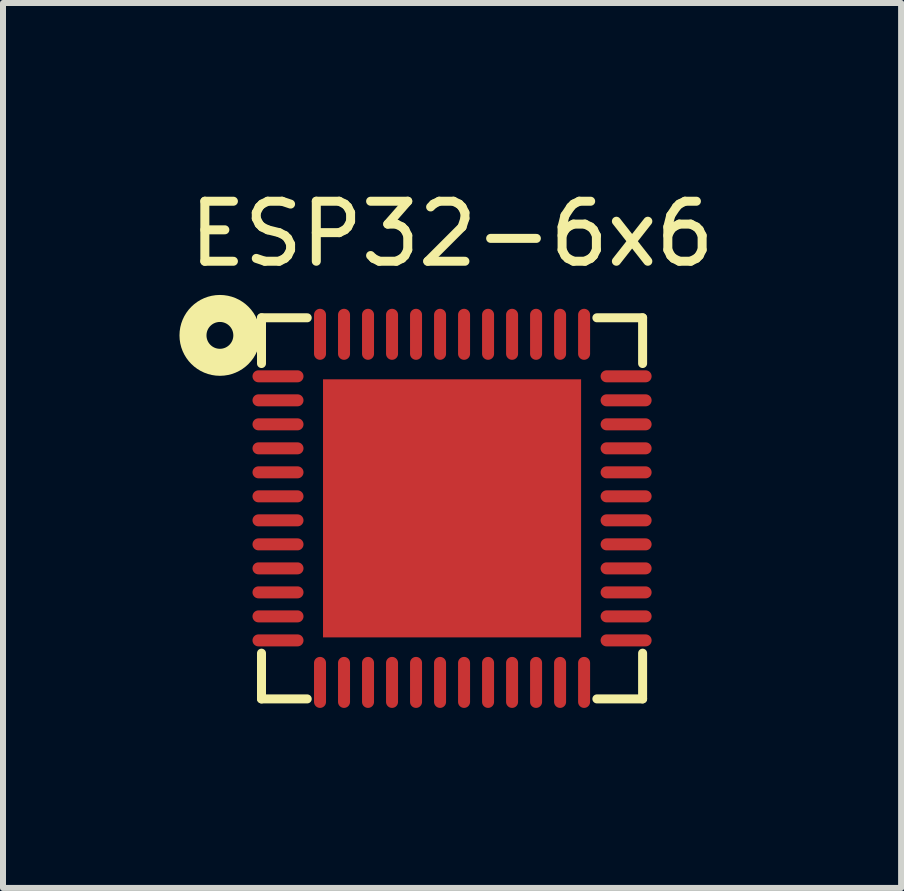
<source format=kicad_pcb>
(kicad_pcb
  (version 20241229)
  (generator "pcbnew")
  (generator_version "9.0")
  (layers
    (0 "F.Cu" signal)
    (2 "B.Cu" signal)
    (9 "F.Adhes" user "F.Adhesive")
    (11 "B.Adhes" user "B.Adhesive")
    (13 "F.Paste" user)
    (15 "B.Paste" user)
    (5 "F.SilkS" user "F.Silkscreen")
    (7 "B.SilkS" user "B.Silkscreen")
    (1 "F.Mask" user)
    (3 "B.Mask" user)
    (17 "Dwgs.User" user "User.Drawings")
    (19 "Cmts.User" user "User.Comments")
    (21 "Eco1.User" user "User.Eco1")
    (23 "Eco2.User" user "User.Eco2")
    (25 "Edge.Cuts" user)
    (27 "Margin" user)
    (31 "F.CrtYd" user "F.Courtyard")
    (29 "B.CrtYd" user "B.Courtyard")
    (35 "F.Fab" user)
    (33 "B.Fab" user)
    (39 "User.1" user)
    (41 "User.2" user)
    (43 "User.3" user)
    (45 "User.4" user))
  (footprint "ESP32-6x6"
    (layer "F.Cu")
    (at 4.464 5.438)
    (property "Reference" "ESP32-6x6" (at 0.018 -4.59 0) (layer "F.SilkS") (effects (font (size 1 1) (thickness 0.15))))
    (attr through_hole)
    (fp_line (start -3.157 -3.193) (end -3.157 -2.431) (stroke (width 0.15) (type solid)) (layer "F.SilkS"))
    (fp_line (start -3.157 2.395) (end -3.157 3.157) (stroke (width 0.15) (type solid)) (layer "F.SilkS"))
    (fp_line (start -3.157 3.157) (end -2.395 3.157) (stroke (width 0.15) (type solid)) (layer "F.SilkS"))
    (fp_line (start -2.395 -3.193) (end -3.157 -3.193) (stroke (width 0.15) (type solid)) (layer "F.SilkS"))
    (fp_line (start 2.431 -3.193) (end 3.193 -3.193) (stroke (width 0.15) (type solid)) (layer "F.SilkS"))
    (fp_line (start 3.193 -3.193) (end 3.193 -2.431) (stroke (width 0.15) (type solid)) (layer "F.SilkS"))
    (fp_line (start 3.193 2.395) (end 3.193 3.157) (stroke (width 0.15) (type solid)) (layer "F.SilkS"))
    (fp_line (start 3.193 3.157) (end 2.431 3.157) (stroke (width 0.15) (type solid)) (layer "F.SilkS"))
    (fp_circle (center -3.85 -2.9) (end -3.95 -3.1) (stroke (width 0.45) (type solid)) (fill no) (layer "F.SilkS"))
    (pad "1" smd oval (at -2.882 -2.218) (size 0.85 0.2) (layers "F.Cu" "F.Mask" "F.Paste"))
    (pad "2" smd oval (at -2.882 -1.818) (size 0.85 0.2) (layers "F.Cu" "F.Mask" "F.Paste"))
    (pad "3" smd oval (at -2.882 -1.418) (size 0.85 0.2) (layers "F.Cu" "F.Mask" "F.Paste"))
    (pad "4" smd oval (at -2.882 -1.018) (size 0.85 0.2) (layers "F.Cu" "F.Mask" "F.Paste"))
    (pad "5" smd oval (at -2.882 -0.618) (size 0.85 0.2) (layers "F.Cu" "F.Mask" "F.Paste"))
    (pad "6" smd oval (at -2.882 -0.218) (size 0.85 0.2) (layers "F.Cu" "F.Mask" "F.Paste"))
    (pad "7" smd oval (at -2.882 0.182) (size 0.85 0.2) (layers "F.Cu" "F.Mask" "F.Paste"))
    (pad "8" smd oval (at -2.882 0.582) (size 0.85 0.2) (layers "F.Cu" "F.Mask" "F.Paste"))
    (pad "9" smd oval (at -2.882 0.982) (size 0.85 0.2) (layers "F.Cu" "F.Mask" "F.Paste"))
    (pad "10" smd oval (at -2.882 1.382) (size 0.85 0.2) (layers "F.Cu" "F.Mask" "F.Paste"))
    (pad "11" smd oval (at -2.882 1.782) (size 0.85 0.2) (layers "F.Cu" "F.Mask" "F.Paste"))
    (pad "12" smd oval (at -2.882 2.182) (size 0.85 0.2) (layers "F.Cu" "F.Mask" "F.Paste"))
    (pad "13" smd oval (at -2.182 2.882) (size 0.2 0.85) (layers "F.Cu" "F.Mask" "F.Paste"))
    (pad "14" smd oval (at -1.782 2.882) (size 0.2 0.85) (layers "F.Cu" "F.Mask" "F.Paste"))
    (pad "15" smd oval (at -1.382 2.882) (size 0.2 0.85) (layers "F.Cu" "F.Mask" "F.Paste"))
    (pad "16" smd oval (at -0.982 2.882) (size 0.2 0.85) (layers "F.Cu" "F.Mask" "F.Paste"))
    (pad "17" smd oval (at -0.582 2.882) (size 0.2 0.85) (layers "F.Cu" "F.Mask" "F.Paste"))
    (pad "18" smd oval (at -0.182 2.882) (size 0.2 0.85) (layers "F.Cu" "F.Mask" "F.Paste"))
    (pad "19" smd oval (at 0.218 2.882) (size 0.2 0.85) (layers "F.Cu" "F.Mask" "F.Paste"))
    (pad "20" smd oval (at 0.618 2.882) (size 0.2 0.85) (layers "F.Cu" "F.Mask" "F.Paste"))
    (pad "21" smd oval (at 1.018 2.882) (size 0.2 0.85) (layers "F.Cu" "F.Mask" "F.Paste"))
    (pad "22" smd oval (at 1.418 2.882) (size 0.2 0.85) (layers "F.Cu" "F.Mask" "F.Paste"))
    (pad "23" smd oval (at 1.818 2.882) (size 0.2 0.85) (layers "F.Cu" "F.Mask" "F.Paste"))
    (pad "24" smd oval (at 2.218 2.882) (size 0.2 0.85) (layers "F.Cu" "F.Mask" "F.Paste"))
    (pad "25" smd oval (at 2.918 2.182) (size 0.85 0.2) (layers "F.Cu" "F.Mask" "F.Paste"))
    (pad "26" smd oval (at 2.918 1.782) (size 0.85 0.2) (layers "F.Cu" "F.Mask" "F.Paste"))
    (pad "27" smd oval (at 2.918 1.382) (size 0.85 0.2) (layers "F.Cu" "F.Mask" "F.Paste"))
    (pad "28" smd oval (at 2.918 0.982) (size 0.85 0.2) (layers "F.Cu" "F.Mask" "F.Paste"))
    (pad "29" smd oval (at 2.918 0.582) (size 0.85 0.2) (layers "F.Cu" "F.Mask" "F.Paste"))
    (pad "30" smd oval (at 2.918 0.182) (size 0.85 0.2) (layers "F.Cu" "F.Mask" "F.Paste"))
    (pad "31" smd oval (at 2.918 -0.218) (size 0.85 0.2) (layers "F.Cu" "F.Mask" "F.Paste"))
    (pad "32" smd oval (at 2.918 -0.618) (size 0.85 0.2) (layers "F.Cu" "F.Mask" "F.Paste"))
    (pad "33" smd oval (at 2.918 -1.018) (size 0.85 0.2) (layers "F.Cu" "F.Mask" "F.Paste"))
    (pad "34" smd oval (at 2.918 -1.418) (size 0.85 0.2) (layers "F.Cu" "F.Mask" "F.Paste"))
    (pad "35" smd oval (at 2.918 -1.818) (size 0.85 0.2) (layers "F.Cu" "F.Mask" "F.Paste"))
    (pad "36" smd oval (at 2.918 -2.218) (size 0.85 0.2) (layers "F.Cu" "F.Mask" "F.Paste"))
    (pad "37" smd oval (at 2.218 -2.918) (size 0.2 0.85) (layers "F.Cu" "F.Mask" "F.Paste"))
    (pad "38" smd oval (at 1.818 -2.918) (size 0.2 0.85) (layers "F.Cu" "F.Mask" "F.Paste"))
    (pad "39" smd oval (at 1.418 -2.918) (size 0.2 0.85) (layers "F.Cu" "F.Mask" "F.Paste"))
    (pad "40" smd oval (at 1.018 -2.918) (size 0.2 0.85) (layers "F.Cu" "F.Mask" "F.Paste"))
    (pad "41" smd oval (at 0.618 -2.918) (size 0.2 0.85) (layers "F.Cu" "F.Mask" "F.Paste"))
    (pad "42" smd oval (at 0.218 -2.918) (size 0.2 0.85) (layers "F.Cu" "F.Mask" "F.Paste"))
    (pad "43" smd oval (at -0.182 -2.918) (size 0.2 0.85) (layers "F.Cu" "F.Mask" "F.Paste"))
    (pad "44" smd oval (at -0.582 -2.918) (size 0.2 0.85) (layers "F.Cu" "F.Mask" "F.Paste"))
    (pad "45" smd oval (at -0.982 -2.918) (size 0.2 0.85) (layers "F.Cu" "F.Mask" "F.Paste"))
    (pad "46" smd oval (at -1.382 -2.918) (size 0.2 0.85) (layers "F.Cu" "F.Mask" "F.Paste"))
    (pad "47" smd oval (at -1.782 -2.918) (size 0.2 0.85) (layers "F.Cu" "F.Mask" "F.Paste"))
    (pad "48" smd oval (at -2.182 -2.918) (size 0.2 0.85) (layers "F.Cu" "F.Mask" "F.Paste"))
    (pad "49" smd rect (at 0.018 -0.018) (size 4.3 4.3) (layers "F.Cu" "F.Mask" "F.Paste")))
  (gr_rect
    (start -3 -3)
    (end 11.964 11.745)
    (stroke (width 0.1) (type default))
    (fill no)
    (layer "Edge.Cuts")))
</source>
